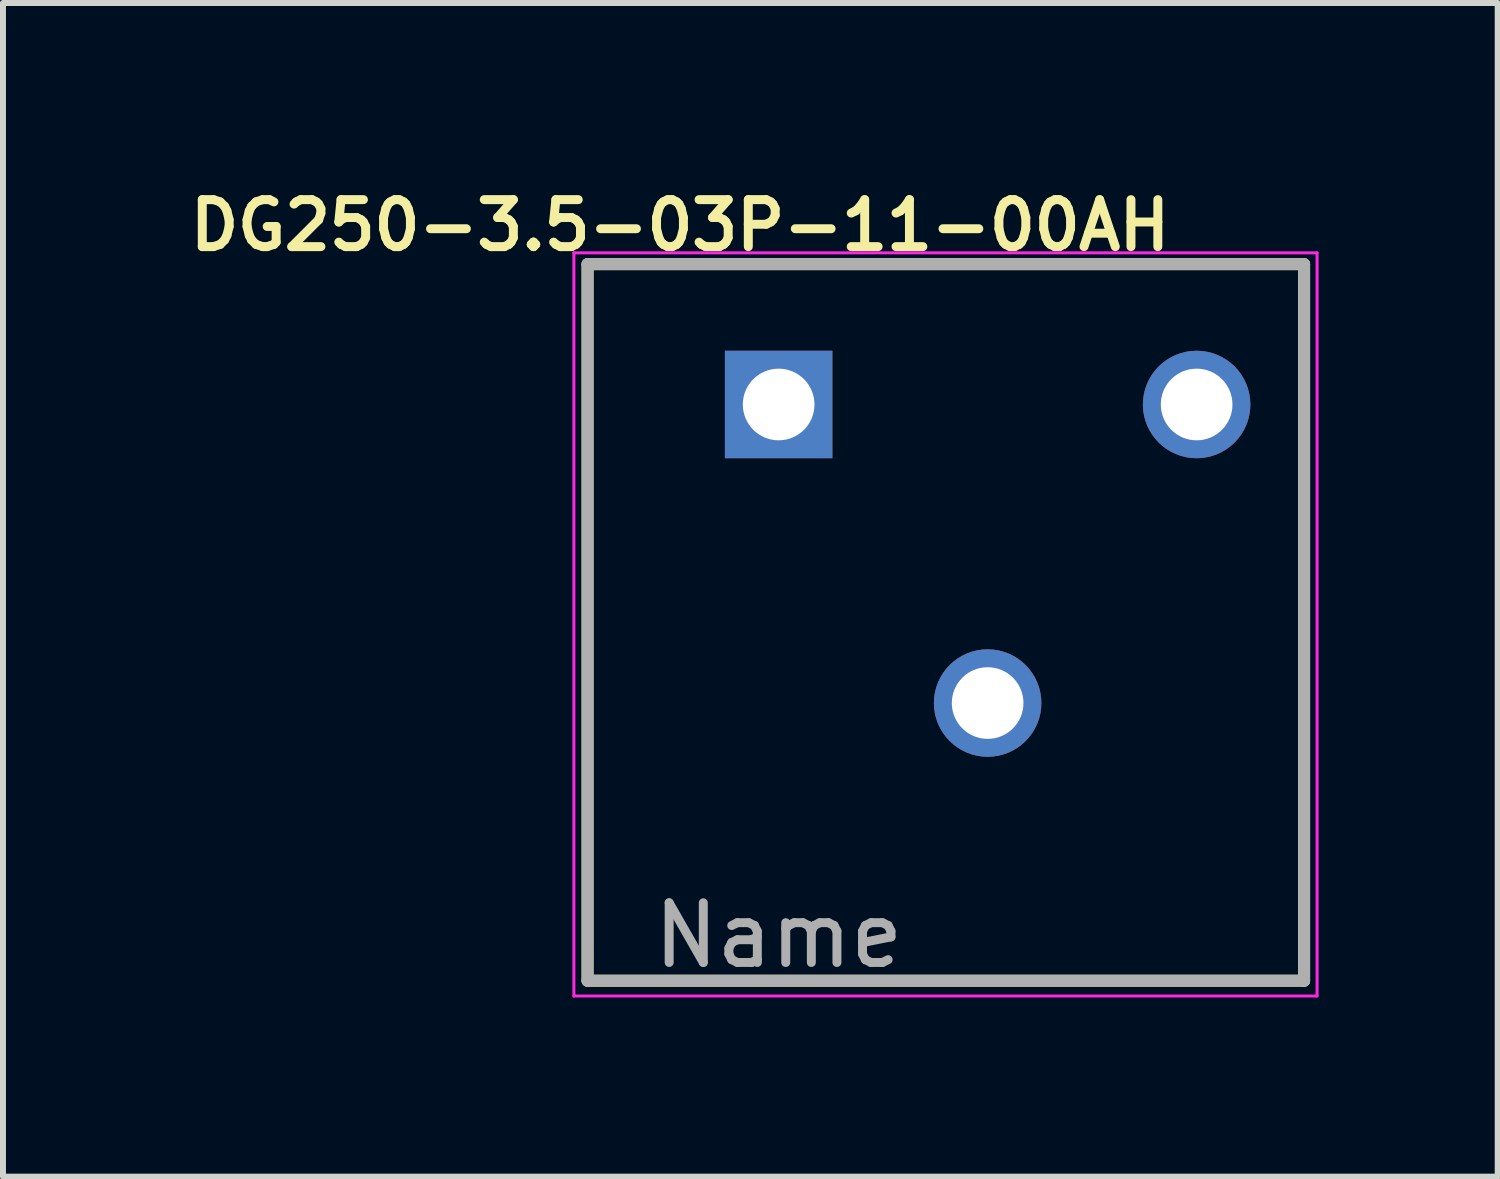
<source format=kicad_pcb>
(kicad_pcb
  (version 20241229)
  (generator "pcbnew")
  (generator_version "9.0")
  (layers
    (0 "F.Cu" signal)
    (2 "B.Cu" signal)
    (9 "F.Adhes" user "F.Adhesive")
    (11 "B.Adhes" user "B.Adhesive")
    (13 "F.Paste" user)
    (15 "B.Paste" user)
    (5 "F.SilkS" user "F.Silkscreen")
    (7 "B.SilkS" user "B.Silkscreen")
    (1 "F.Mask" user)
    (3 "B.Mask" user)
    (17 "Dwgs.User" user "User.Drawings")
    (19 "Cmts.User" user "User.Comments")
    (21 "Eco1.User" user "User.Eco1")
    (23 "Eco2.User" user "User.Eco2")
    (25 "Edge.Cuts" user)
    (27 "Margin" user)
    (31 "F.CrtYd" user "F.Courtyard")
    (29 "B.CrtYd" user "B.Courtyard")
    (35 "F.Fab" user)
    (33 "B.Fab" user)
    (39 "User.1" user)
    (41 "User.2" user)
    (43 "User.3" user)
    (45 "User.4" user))
  (footprint "DG250-3.5-03P-11-00AH"
    (layer "F.Cu")
    (at 9.99 3.724)
    (property "Reference" "DG250-3.5-03P-11-00AH" (at -1.651 -3 0) (layer "F.SilkS") (effects (font (size 0.787 0.787) (thickness 0.15))))
    (attr through_hole)
    (fp_line (start -3.2 -2.35) (end 8.8 -2.35) (stroke (width 0.2) (type solid)) (layer "F.SilkS"))
    (fp_line (start -3.2 9.65) (end -3.2 -2.35) (stroke (width 0.2) (type solid)) (layer "F.SilkS"))
    (fp_line (start 8.8 -2.35) (end 8.8 9.65) (stroke (width 0.2) (type solid)) (layer "F.SilkS"))
    (fp_line (start 8.8 9.65) (end -3.2 9.65) (stroke (width 0.2) (type solid)) (layer "F.SilkS"))
    (fp_line (start -3.429 -2.54) (end 9.017 -2.54) (stroke (width 0.05) (type default)) (layer "F.CrtYd"))
    (fp_line (start -3.429 9.906) (end -3.429 -2.54) (stroke (width 0.05) (type default)) (layer "F.CrtYd"))
    (fp_line (start 9.017 -2.54) (end 9.017 9.906) (stroke (width 0.05) (type default)) (layer "F.CrtYd"))
    (fp_line (start 9.017 9.906) (end -3.429 9.906) (stroke (width 0.05) (type default)) (layer "F.CrtYd"))
    (fp_line (start -3.2 -2.35) (end 8.8 -2.35) (stroke (width 0.2) (type solid)) (layer "F.Fab"))
    (fp_line (start -3.2 9.65) (end -3.2 -2.35) (stroke (width 0.2) (type solid)) (layer "F.Fab"))
    (fp_line (start 8.8 -2.35) (end 8.8 9.65) (stroke (width 0.2) (type solid)) (layer "F.Fab"))
    (fp_line (start 8.8 9.65) (end -3.2 9.65) (stroke (width 0.2) (type solid)) (layer "F.Fab"))
    (fp_text user "Name" (at 0 8.89 0) (layer "F.Fab") (effects (font (size 1 1) (thickness 0.15))))
    (pad "1" thru_hole rect (at 0 0) (size 1.8 1.8) (drill 1.2) (layers "*.Cu" "*.Mask"))
    (pad "2" thru_hole circle (at 3.5 5) (size 1.8 1.8) (drill 1.2) (layers "*.Cu" "*.Mask"))
    (pad "3" thru_hole circle (at 7 0) (size 1.8 1.8) (drill 1.2) (layers "*.Cu" "*.Mask")))
  (gr_rect
    (start -3 -3)
    (end 22.032 16.655)
    (stroke (width 0.1) (type default))
    (fill no)
    (layer "Edge.Cuts")))
</source>
